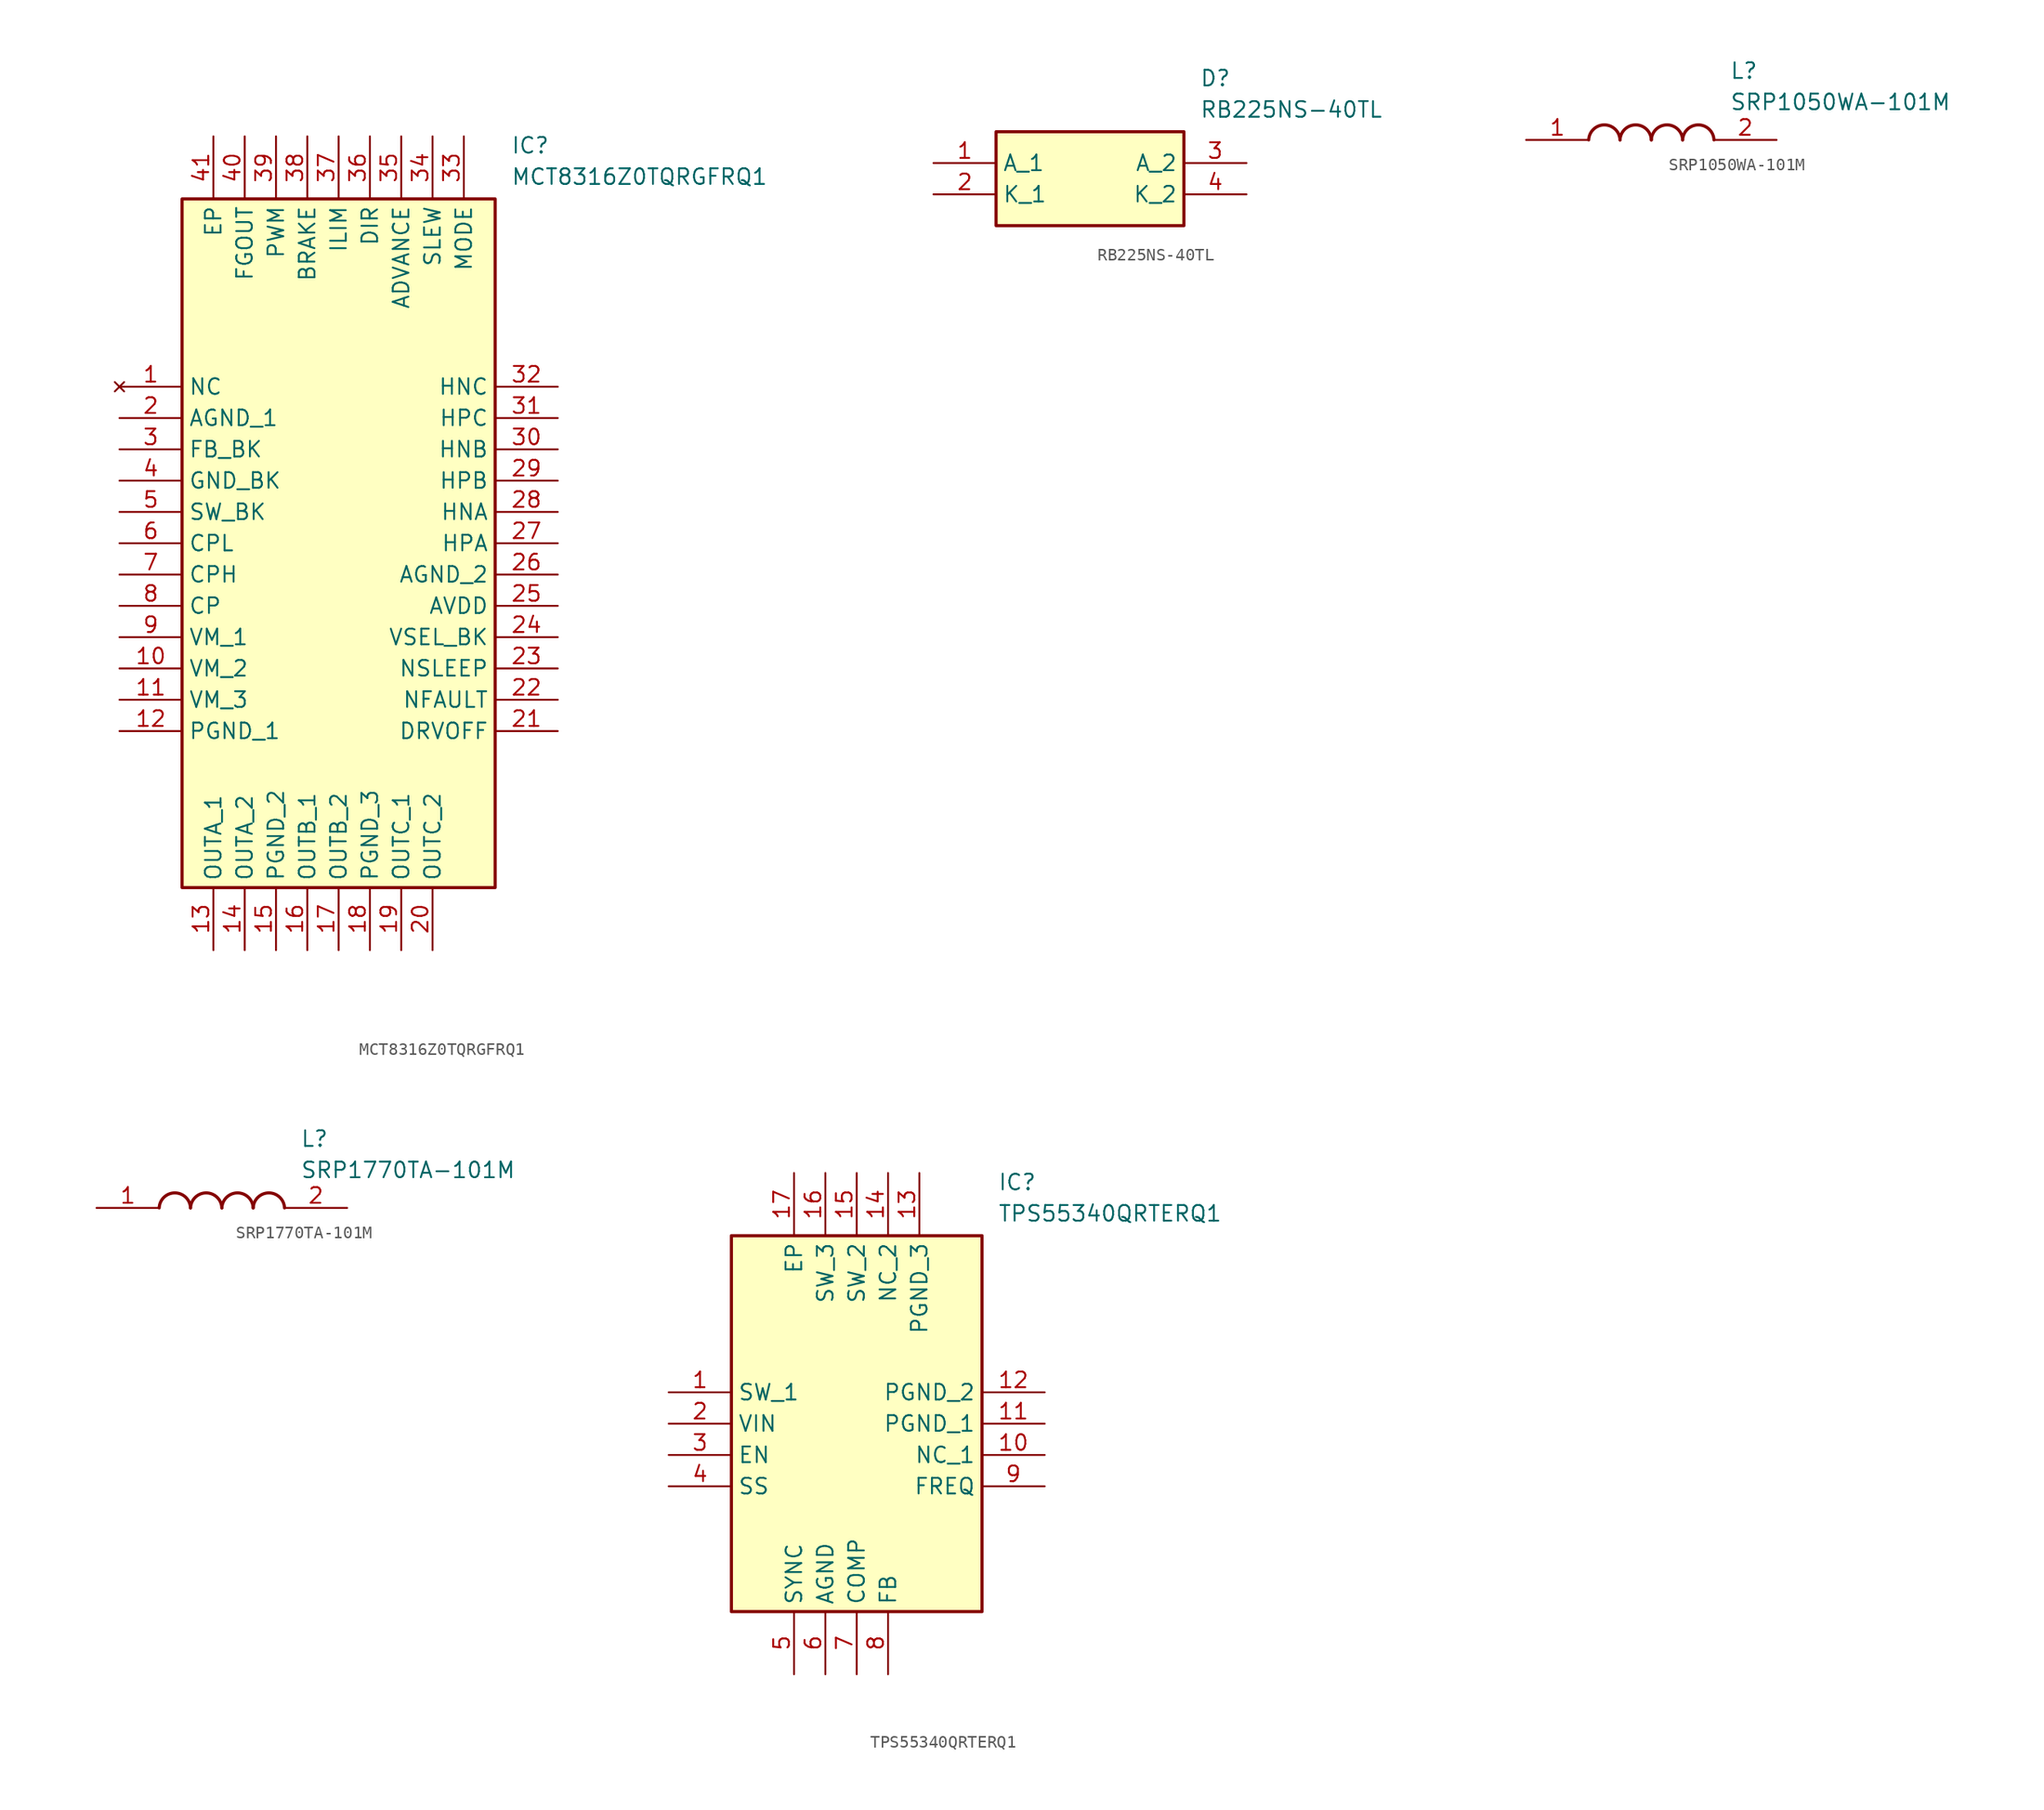
<source format=kicad_sym>
(kicad_symbol_lib
  (version 20220914)
  (generator SamacSys_ECAD_Model)
  (symbol "MCT8316Z0TQRGFRQ1"
    (property "Reference" "IC"
      (at 31.75 20.32 0)
      (effects (font (size 1.27 1.27)) (justify left top)))
    (property "Value" "MCT8316Z0TQRGFRQ1"
      (at 31.75 17.78 0)
      (effects (font (size 1.27 1.27)) (justify left top)))
    (rectangle
      (start 5.08 15.24)
      (end 30.48 -40.64)
      (stroke (width 0.254) (type default))
      (fill (type background)))
    (pin no_connect line
      (at 0 0 0)
      (length 5.08)
      (name "NC" (effects (font (size 1.27 1.27))))
      (number "1" (effects (font (size 1.27 1.27)))))
    (pin passive line
      (at 0 -2.54 0)
      (length 5.08)
      (name "AGND_1" (effects (font (size 1.27 1.27))))
      (number "2" (effects (font (size 1.27 1.27)))))
    (pin passive line
      (at 0 -5.08 0)
      (length 5.08)
      (name "FB_BK" (effects (font (size 1.27 1.27))))
      (number "3" (effects (font (size 1.27 1.27)))))
    (pin passive line
      (at 0 -7.62 0)
      (length 5.08)
      (name "GND_BK" (effects (font (size 1.27 1.27))))
      (number "4" (effects (font (size 1.27 1.27)))))
    (pin passive line
      (at 0 -10.16 0)
      (length 5.08)
      (name "SW_BK" (effects (font (size 1.27 1.27))))
      (number "5" (effects (font (size 1.27 1.27)))))
    (pin passive line
      (at 0 -12.7 0)
      (length 5.08)
      (name "CPL" (effects (font (size 1.27 1.27))))
      (number "6" (effects (font (size 1.27 1.27)))))
    (pin passive line
      (at 0 -15.24 0)
      (length 5.08)
      (name "CPH" (effects (font (size 1.27 1.27))))
      (number "7" (effects (font (size 1.27 1.27)))))
    (pin passive line
      (at 0 -17.78 0)
      (length 5.08)
      (name "CP" (effects (font (size 1.27 1.27))))
      (number "8" (effects (font (size 1.27 1.27)))))
    (pin passive line
      (at 0 -20.32 0)
      (length 5.08)
      (name "VM_1" (effects (font (size 1.27 1.27))))
      (number "9" (effects (font (size 1.27 1.27)))))
    (pin passive line
      (at 0 -22.86 0)
      (length 5.08)
      (name "VM_2" (effects (font (size 1.27 1.27))))
      (number "10" (effects (font (size 1.27 1.27)))))
    (pin passive line
      (at 0 -25.4 0)
      (length 5.08)
      (name "VM_3" (effects (font (size 1.27 1.27))))
      (number "11" (effects (font (size 1.27 1.27)))))
    (pin passive line
      (at 0 -27.94 0)
      (length 5.08)
      (name "PGND_1" (effects (font (size 1.27 1.27))))
      (number "12" (effects (font (size 1.27 1.27)))))
    (pin passive line
      (at 7.62 -45.72 90)
      (length 5.08)
      (name "OUTA_1" (effects (font (size 1.27 1.27))))
      (number "13" (effects (font (size 1.27 1.27)))))
    (pin passive line
      (at 10.16 -45.72 90)
      (length 5.08)
      (name "OUTA_2" (effects (font (size 1.27 1.27))))
      (number "14" (effects (font (size 1.27 1.27)))))
    (pin passive line
      (at 12.7 -45.72 90)
      (length 5.08)
      (name "PGND_2" (effects (font (size 1.27 1.27))))
      (number "15" (effects (font (size 1.27 1.27)))))
    (pin passive line
      (at 15.24 -45.72 90)
      (length 5.08)
      (name "OUTB_1" (effects (font (size 1.27 1.27))))
      (number "16" (effects (font (size 1.27 1.27)))))
    (pin passive line
      (at 17.78 -45.72 90)
      (length 5.08)
      (name "OUTB_2" (effects (font (size 1.27 1.27))))
      (number "17" (effects (font (size 1.27 1.27)))))
    (pin passive line
      (at 20.32 -45.72 90)
      (length 5.08)
      (name "PGND_3" (effects (font (size 1.27 1.27))))
      (number "18" (effects (font (size 1.27 1.27)))))
    (pin passive line
      (at 22.86 -45.72 90)
      (length 5.08)
      (name "OUTC_1" (effects (font (size 1.27 1.27))))
      (number "19" (effects (font (size 1.27 1.27)))))
    (pin passive line
      (at 25.4 -45.72 90)
      (length 5.08)
      (name "OUTC_2" (effects (font (size 1.27 1.27))))
      (number "20" (effects (font (size 1.27 1.27)))))
    (pin passive line
      (at 35.56 0 180)
      (length 5.08)
      (name "HNC" (effects (font (size 1.27 1.27))))
      (number "32" (effects (font (size 1.27 1.27)))))
    (pin passive line
      (at 35.56 -2.54 180)
      (length 5.08)
      (name "HPC" (effects (font (size 1.27 1.27))))
      (number "31" (effects (font (size 1.27 1.27)))))
    (pin passive line
      (at 35.56 -5.08 180)
      (length 5.08)
      (name "HNB" (effects (font (size 1.27 1.27))))
      (number "30" (effects (font (size 1.27 1.27)))))
    (pin passive line
      (at 35.56 -7.62 180)
      (length 5.08)
      (name "HPB" (effects (font (size 1.27 1.27))))
      (number "29" (effects (font (size 1.27 1.27)))))
    (pin passive line
      (at 35.56 -10.16 180)
      (length 5.08)
      (name "HNA" (effects (font (size 1.27 1.27))))
      (number "28" (effects (font (size 1.27 1.27)))))
    (pin passive line
      (at 35.56 -12.7 180)
      (length 5.08)
      (name "HPA" (effects (font (size 1.27 1.27))))
      (number "27" (effects (font (size 1.27 1.27)))))
    (pin passive line
      (at 35.56 -15.24 180)
      (length 5.08)
      (name "AGND_2" (effects (font (size 1.27 1.27))))
      (number "26" (effects (font (size 1.27 1.27)))))
    (pin passive line
      (at 35.56 -17.78 180)
      (length 5.08)
      (name "AVDD" (effects (font (size 1.27 1.27))))
      (number "25" (effects (font (size 1.27 1.27)))))
    (pin passive line
      (at 35.56 -20.32 180)
      (length 5.08)
      (name "VSEL_BK" (effects (font (size 1.27 1.27))))
      (number "24" (effects (font (size 1.27 1.27)))))
    (pin passive line
      (at 35.56 -22.86 180)
      (length 5.08)
      (name "NSLEEP" (effects (font (size 1.27 1.27))))
      (number "23" (effects (font (size 1.27 1.27)))))
    (pin passive line
      (at 35.56 -25.4 180)
      (length 5.08)
      (name "NFAULT" (effects (font (size 1.27 1.27))))
      (number "22" (effects (font (size 1.27 1.27)))))
    (pin passive line
      (at 35.56 -27.94 180)
      (length 5.08)
      (name "DRVOFF" (effects (font (size 1.27 1.27))))
      (number "21" (effects (font (size 1.27 1.27)))))
    (pin passive line
      (at 7.62 20.32 270)
      (length 5.08)
      (name "EP" (effects (font (size 1.27 1.27))))
      (number "41" (effects (font (size 1.27 1.27)))))
    (pin passive line
      (at 10.16 20.32 270)
      (length 5.08)
      (name "FGOUT" (effects (font (size 1.27 1.27))))
      (number "40" (effects (font (size 1.27 1.27)))))
    (pin passive line
      (at 12.7 20.32 270)
      (length 5.08)
      (name "PWM" (effects (font (size 1.27 1.27))))
      (number "39" (effects (font (size 1.27 1.27)))))
    (pin passive line
      (at 15.24 20.32 270)
      (length 5.08)
      (name "BRAKE" (effects (font (size 1.27 1.27))))
      (number "38" (effects (font (size 1.27 1.27)))))
    (pin passive line
      (at 17.78 20.32 270)
      (length 5.08)
      (name "ILIM" (effects (font (size 1.27 1.27))))
      (number "37" (effects (font (size 1.27 1.27)))))
    (pin passive line
      (at 20.32 20.32 270)
      (length 5.08)
      (name "DIR" (effects (font (size 1.27 1.27))))
      (number "36" (effects (font (size 1.27 1.27)))))
    (pin passive line
      (at 22.86 20.32 270)
      (length 5.08)
      (name "ADVANCE" (effects (font (size 1.27 1.27))))
      (number "35" (effects (font (size 1.27 1.27)))))
    (pin passive line
      (at 25.4 20.32 270)
      (length 5.08)
      (name "SLEW" (effects (font (size 1.27 1.27))))
      (number "34" (effects (font (size 1.27 1.27)))))
    (pin passive line
      (at 27.94 20.32 270)
      (length 5.08)
      (name "MODE" (effects (font (size 1.27 1.27))))
      (number "33" (effects (font (size 1.27 1.27))))))
  (symbol "RB225NS-40TL"
    (property "Reference" "D"
      (at 21.59 7.62 0)
      (effects (font (size 1.27 1.27)) (justify left top)))
    (property "Value" "RB225NS-40TL"
      (at 21.59 5.08 0)
      (effects (font (size 1.27 1.27)) (justify left top)))
    (rectangle
      (start 5.08 2.54)
      (end 20.32 -5.08)
      (stroke (width 0.254) (type default))
      (fill (type background)))
    (pin passive line
      (at 0 0 0)
      (length 5.08)
      (name "A_1" (effects (font (size 1.27 1.27))))
      (number "1" (effects (font (size 1.27 1.27)))))
    (pin passive line
      (at 0 -2.54 0)
      (length 5.08)
      (name "K_1" (effects (font (size 1.27 1.27))))
      (number "2" (effects (font (size 1.27 1.27)))))
    (pin passive line
      (at 25.4 0 180)
      (length 5.08)
      (name "A_2" (effects (font (size 1.27 1.27))))
      (number "3" (effects (font (size 1.27 1.27)))))
    (pin passive line
      (at 25.4 -2.54 180)
      (length 5.08)
      (name "K_2" (effects (font (size 1.27 1.27))))
      (number "4" (effects (font (size 1.27 1.27))))))
  (symbol "SRP1050WA-101M"
    (pin_names hide)
    (property "Reference" "L"
      (at 16.51 6.35 0)
      (effects (font (size 1.27 1.27)) (justify left top)))
    (property "Value" "SRP1050WA-101M"
      (at 16.51 3.81 0)
      (effects (font (size 1.27 1.27)) (justify left top)))
    (arc
      (start 7.62 0)
      (mid 6.35 1.219)
      (end 5.08 0)
      (stroke (width 0.254) (type default))
      (fill (type none)))
    (arc
      (start 10.16 0)
      (mid 8.89 1.219)
      (end 7.62 0)
      (stroke (width 0.254) (type default))
      (fill (type none)))
    (arc
      (start 12.7 0)
      (mid 11.43 1.219)
      (end 10.16 0)
      (stroke (width 0.254) (type default))
      (fill (type none)))
    (arc
      (start 15.24 0)
      (mid 13.97 1.219)
      (end 12.7 0)
      (stroke (width 0.254) (type default))
      (fill (type none)))
    (pin passive line
      (at 0 0 0)
      (length 5.08)
      (name "1" (effects (font (size 1.27 1.27))))
      (number "1" (effects (font (size 1.27 1.27)))))
    (pin passive line
      (at 20.32 0 180)
      (length 5.08)
      (name "2" (effects (font (size 1.27 1.27))))
      (number "2" (effects (font (size 1.27 1.27))))))
  (symbol "SRP1770TA-101M"
    (pin_names hide)
    (property "Reference" "L"
      (at 16.51 6.35 0)
      (effects (font (size 1.27 1.27)) (justify left top)))
    (property "Value" "SRP1770TA-101M"
      (at 16.51 3.81 0)
      (effects (font (size 1.27 1.27)) (justify left top)))
    (arc
      (start 7.62 0)
      (mid 6.35 1.219)
      (end 5.08 0)
      (stroke (width 0.254) (type default))
      (fill (type none)))
    (arc
      (start 10.16 0)
      (mid 8.89 1.219)
      (end 7.62 0)
      (stroke (width 0.254) (type default))
      (fill (type none)))
    (arc
      (start 12.7 0)
      (mid 11.43 1.219)
      (end 10.16 0)
      (stroke (width 0.254) (type default))
      (fill (type none)))
    (arc
      (start 15.24 0)
      (mid 13.97 1.219)
      (end 12.7 0)
      (stroke (width 0.254) (type default))
      (fill (type none)))
    (pin passive line
      (at 0 0 0)
      (length 5.08)
      (name "1" (effects (font (size 1.27 1.27))))
      (number "1" (effects (font (size 1.27 1.27)))))
    (pin passive line
      (at 20.32 0 180)
      (length 5.08)
      (name "2" (effects (font (size 1.27 1.27))))
      (number "2" (effects (font (size 1.27 1.27))))))
  (symbol "TPS55340QRTERQ1"
    (property "Reference" "IC"
      (at 26.67 17.78 0)
      (effects (font (size 1.27 1.27)) (justify left top)))
    (property "Value" "TPS55340QRTERQ1"
      (at 26.67 15.24 0)
      (effects (font (size 1.27 1.27)) (justify left top)))
    (rectangle
      (start 5.08 12.7)
      (end 25.4 -17.78)
      (stroke (width 0.254) (type default))
      (fill (type background)))
    (pin passive line
      (at 0 0 0)
      (length 5.08)
      (name "SW_1" (effects (font (size 1.27 1.27))))
      (number "1" (effects (font (size 1.27 1.27)))))
    (pin passive line
      (at 0 -2.54 0)
      (length 5.08)
      (name "VIN" (effects (font (size 1.27 1.27))))
      (number "2" (effects (font (size 1.27 1.27)))))
    (pin passive line
      (at 0 -5.08 0)
      (length 5.08)
      (name "EN" (effects (font (size 1.27 1.27))))
      (number "3" (effects (font (size 1.27 1.27)))))
    (pin passive line
      (at 0 -7.62 0)
      (length 5.08)
      (name "SS" (effects (font (size 1.27 1.27))))
      (number "4" (effects (font (size 1.27 1.27)))))
    (pin passive line
      (at 10.16 -22.86 90)
      (length 5.08)
      (name "SYNC" (effects (font (size 1.27 1.27))))
      (number "5" (effects (font (size 1.27 1.27)))))
    (pin passive line
      (at 12.7 -22.86 90)
      (length 5.08)
      (name "AGND" (effects (font (size 1.27 1.27))))
      (number "6" (effects (font (size 1.27 1.27)))))
    (pin passive line
      (at 15.24 -22.86 90)
      (length 5.08)
      (name "COMP" (effects (font (size 1.27 1.27))))
      (number "7" (effects (font (size 1.27 1.27)))))
    (pin passive line
      (at 17.78 -22.86 90)
      (length 5.08)
      (name "FB" (effects (font (size 1.27 1.27))))
      (number "8" (effects (font (size 1.27 1.27)))))
    (pin passive line
      (at 30.48 0 180)
      (length 5.08)
      (name "PGND_2" (effects (font (size 1.27 1.27))))
      (number "12" (effects (font (size 1.27 1.27)))))
    (pin passive line
      (at 30.48 -2.54 180)
      (length 5.08)
      (name "PGND_1" (effects (font (size 1.27 1.27))))
      (number "11" (effects (font (size 1.27 1.27)))))
    (pin passive line
      (at 30.48 -5.08 180)
      (length 5.08)
      (name "NC_1" (effects (font (size 1.27 1.27))))
      (number "10" (effects (font (size 1.27 1.27)))))
    (pin passive line
      (at 30.48 -7.62 180)
      (length 5.08)
      (name "FREQ" (effects (font (size 1.27 1.27))))
      (number "9" (effects (font (size 1.27 1.27)))))
    (pin passive line
      (at 10.16 17.78 270)
      (length 5.08)
      (name "EP" (effects (font (size 1.27 1.27))))
      (number "17" (effects (font (size 1.27 1.27)))))
    (pin passive line
      (at 12.7 17.78 270)
      (length 5.08)
      (name "SW_3" (effects (font (size 1.27 1.27))))
      (number "16" (effects (font (size 1.27 1.27)))))
    (pin passive line
      (at 15.24 17.78 270)
      (length 5.08)
      (name "SW_2" (effects (font (size 1.27 1.27))))
      (number "15" (effects (font (size 1.27 1.27)))))
    (pin passive line
      (at 17.78 17.78 270)
      (length 5.08)
      (name "NC_2" (effects (font (size 1.27 1.27))))
      (number "14" (effects (font (size 1.27 1.27)))))
    (pin passive line
      (at 20.32 17.78 270)
      (length 5.08)
      (name "PGND_3" (effects (font (size 1.27 1.27))))
      (number "13" (effects (font (size 1.27 1.27)))))))
</source>
